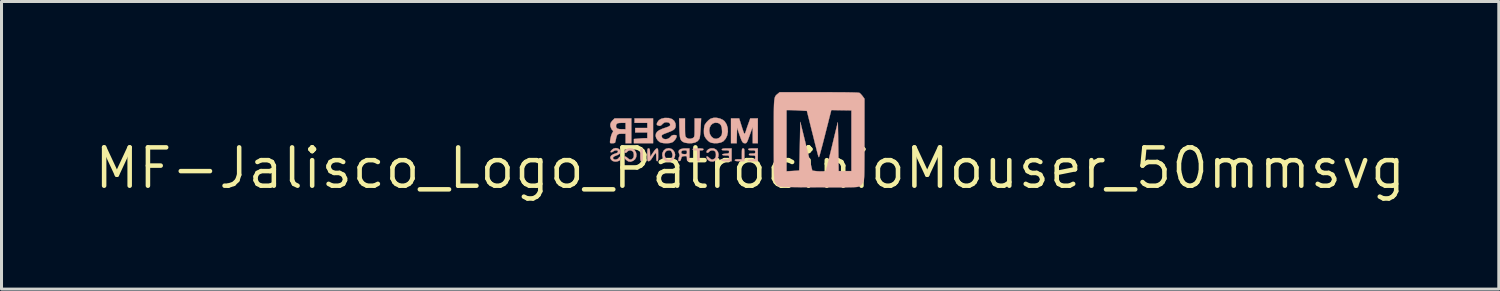
<source format=kicad_pcb>
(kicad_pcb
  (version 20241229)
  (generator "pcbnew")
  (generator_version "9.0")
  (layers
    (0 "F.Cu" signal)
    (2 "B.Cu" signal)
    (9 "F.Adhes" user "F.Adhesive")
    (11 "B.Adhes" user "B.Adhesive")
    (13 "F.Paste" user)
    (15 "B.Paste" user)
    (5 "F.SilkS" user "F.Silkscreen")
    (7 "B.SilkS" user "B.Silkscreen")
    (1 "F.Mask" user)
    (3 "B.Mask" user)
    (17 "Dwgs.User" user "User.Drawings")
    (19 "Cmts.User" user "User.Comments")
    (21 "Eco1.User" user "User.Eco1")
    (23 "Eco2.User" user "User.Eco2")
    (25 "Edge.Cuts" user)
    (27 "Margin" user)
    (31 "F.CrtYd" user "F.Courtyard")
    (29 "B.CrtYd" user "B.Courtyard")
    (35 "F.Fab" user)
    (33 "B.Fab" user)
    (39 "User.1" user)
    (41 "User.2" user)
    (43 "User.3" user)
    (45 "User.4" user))
  (footprint "MF-Jalisco_Logo_PatrocinioMouser_50mmsvg"
    (layer "F.Cu")
    (at 21.809 2.524)
    (property "Reference" "MF-Jalisco_Logo_PatrocinioMouser_50mmsvg" (at 0 0 0) (layer "F.SilkS") (effects (font (size 1.27 1.27) (thickness 0.15))))
    (attr through_hole)
    (fp_poly (pts (xy -3.217 -0.826) (xy -3.852 -0.826) (xy -3.852 -0.968) (xy -3.709 -0.981) (xy -3.622 -0.988) (xy -3.538 -0.993) (xy -3.487 -0.995) (xy -3.408 -0.995) (xy -3.408 -1.185) (xy -3.81 -1.185) (xy -3.81 -1.333) (xy -3.408 -1.333) (xy -3.408 -1.503) (xy -3.831 -1.503) (xy -3.831 -1.651) (xy -3.217 -1.651) (xy -3.217 -0.826)) (stroke (width 0.01) (type solid)) (fill yes) (layer "B.SilkS"))
    (fp_poly (pts (xy -0.214 -0.653) (xy -0.201 -0.639) (xy -0.194 -0.607) (xy -0.191 -0.548) (xy -0.191 -0.456) (xy -0.191 -0.445) (xy -0.191 -0.233) (xy -0.349 -0.233) (xy -0.433 -0.234) (xy -0.482 -0.241) (xy -0.504 -0.252) (xy -0.508 -0.265) (xy -0.498 -0.284) (xy -0.461 -0.294) (xy -0.392 -0.296) (xy -0.275 -0.296) (xy -0.275 -0.476) (xy -0.274 -0.564) (xy -0.271 -0.617) (xy -0.262 -0.645) (xy -0.247 -0.655) (xy -0.233 -0.656) (xy -0.214 -0.653)) (stroke (width 0.01) (type solid)) (fill yes) (layer "B.SilkS"))
    (fp_poly (pts (xy -3.579 -0.653) (xy -3.567 -0.639) (xy -3.56 -0.607) (xy -3.557 -0.548) (xy -3.556 -0.456) (xy -3.556 -0.445) (xy -3.557 -0.348) (xy -3.559 -0.286) (xy -3.566 -0.252) (xy -3.578 -0.236) (xy -3.596 -0.233) (xy -3.598 -0.233) (xy -3.618 -0.236) (xy -3.63 -0.25) (xy -3.637 -0.282) (xy -3.64 -0.341) (xy -3.641 -0.433) (xy -3.641 -0.445) (xy -3.64 -0.541) (xy -3.637 -0.603) (xy -3.631 -0.637) (xy -3.619 -0.653) (xy -3.601 -0.656) (xy -3.598 -0.656) (xy -3.579 -0.653)) (stroke (width 0.01) (type solid)) (fill yes) (layer "B.SilkS"))
    (fp_poly (pts (xy -1.635 -0.655) (xy -1.58 -0.65) (xy -1.553 -0.64) (xy -1.545 -0.624) (xy -1.564 -0.599) (xy -1.609 -0.593) (xy -1.672 -0.593) (xy -1.672 -0.413) (xy -1.673 -0.325) (xy -1.677 -0.272) (xy -1.685 -0.244) (xy -1.7 -0.234) (xy -1.714 -0.233) (xy -1.735 -0.236) (xy -1.748 -0.252) (xy -1.754 -0.288) (xy -1.757 -0.353) (xy -1.757 -0.413) (xy -1.757 -0.593) (xy -1.831 -0.593) (xy -1.886 -0.6) (xy -1.905 -0.622) (xy -1.905 -0.624) (xy -1.897 -0.64) (xy -1.869 -0.65) (xy -1.814 -0.655) (xy -1.725 -0.656) (xy -1.635 -0.655)) (stroke (width 0.01) (type solid)) (fill yes) (layer "B.SilkS"))
    (fp_poly (pts (xy -3.892 -0.644) (xy -3.827 -0.597) (xy -3.785 -0.53) (xy -3.767 -0.452) (xy -3.776 -0.371) (xy -3.813 -0.298) (xy -3.873 -0.247) (xy -3.958 -0.215) (xy -4.036 -0.224) (xy -4.108 -0.274) (xy -4.147 -0.317) (xy -4.168 -0.351) (xy -4.17 -0.357) (xy -4.158 -0.388) (xy -4.125 -0.386) (xy -4.08 -0.354) (xy -4.064 -0.339) (xy -4.002 -0.292) (xy -3.942 -0.287) (xy -3.888 -0.324) (xy -3.879 -0.334) (xy -3.857 -0.389) (xy -3.854 -0.459) (xy -3.869 -0.524) (xy -3.891 -0.558) (xy -3.948 -0.587) (xy -4.009 -0.589) (xy -4.059 -0.563) (xy -4.069 -0.55) (xy -4.101 -0.519) (xy -4.138 -0.509) (xy -4.165 -0.52) (xy -4.17 -0.536) (xy -4.151 -0.583) (xy -4.102 -0.625) (xy -4.034 -0.654) (xy -3.976 -0.662) (xy -3.892 -0.644)) (stroke (width 0.01) (type solid)) (fill yes) (layer "B.SilkS"))
    (fp_poly (pts (xy -2.608 -0.641) (xy -2.552 -0.599) (xy -2.502 -0.525) (xy -2.486 -0.445) (xy -2.5 -0.367) (xy -2.538 -0.297) (xy -2.597 -0.245) (xy -2.67 -0.218) (xy -2.754 -0.222) (xy -2.783 -0.232) (xy -2.854 -0.281) (xy -2.898 -0.351) (xy -2.914 -0.433) (xy -2.908 -0.478) (xy -2.833 -0.478) (xy -2.832 -0.414) (xy -2.809 -0.353) (xy -2.763 -0.304) (xy -2.695 -0.277) (xy -2.688 -0.277) (xy -2.664 -0.286) (xy -2.632 -0.306) (xy -2.585 -0.363) (xy -2.572 -0.439) (xy -2.591 -0.518) (xy -2.618 -0.568) (xy -2.651 -0.589) (xy -2.696 -0.593) (xy -2.765 -0.577) (xy -2.811 -0.535) (xy -2.833 -0.478) (xy -2.908 -0.478) (xy -2.903 -0.515) (xy -2.864 -0.588) (xy -2.798 -0.641) (xy -2.787 -0.645) (xy -2.694 -0.664) (xy -2.608 -0.641)) (stroke (width 0.01) (type solid)) (fill yes) (layer "B.SilkS"))
    (fp_poly (pts (xy -0.286 -1.402) (xy -0.255 -1.305) (xy -0.227 -1.223) (xy -0.205 -1.164) (xy -0.192 -1.137) (xy -0.192 -1.137) (xy -0.178 -1.145) (xy -0.159 -1.184) (xy -0.149 -1.211) (xy -0.129 -1.274) (xy -0.1 -1.361) (xy -0.067 -1.455) (xy -0.059 -1.476) (xy 0.004 -1.651) (xy 0.254 -1.651) (xy 0.254 -0.826) (xy 0.085 -0.826) (xy 0.082 -1.365) (xy -0.015 -1.095) (xy -0.054 -0.987) (xy -0.083 -0.912) (xy -0.105 -0.865) (xy -0.124 -0.839) (xy -0.144 -0.828) (xy -0.168 -0.826) (xy -0.172 -0.826) (xy -0.207 -0.83) (xy -0.237 -0.847) (xy -0.265 -0.883) (xy -0.294 -0.943) (xy -0.328 -1.033) (xy -0.363 -1.132) (xy -0.434 -1.344) (xy -0.44 -1.085) (xy -0.446 -0.826) (xy -0.635 -0.826) (xy -0.635 -1.651) (xy -0.364 -1.651) (xy -0.286 -1.402)) (stroke (width 0.01) (type solid)) (fill yes) (layer "B.SilkS"))
    (fp_poly (pts (xy -1.192 -0.651) (xy -1.116 -0.607) (xy -1.068 -0.542) (xy -1.047 -0.465) (xy -1.053 -0.386) (xy -1.084 -0.312) (xy -1.141 -0.255) (xy -1.221 -0.223) (xy -1.23 -0.221) (xy -1.302 -0.224) (xy -1.356 -0.242) (xy -1.405 -0.284) (xy -1.434 -0.326) (xy -1.448 -0.374) (xy -1.435 -0.393) (xy -1.402 -0.383) (xy -1.355 -0.342) (xy -1.353 -0.34) (xy -1.293 -0.293) (xy -1.234 -0.287) (xy -1.173 -0.323) (xy -1.165 -0.331) (xy -1.142 -0.375) (xy -1.134 -0.441) (xy -1.141 -0.508) (xy -1.162 -0.558) (xy -1.162 -0.558) (xy -1.21 -0.587) (xy -1.273 -0.592) (xy -1.332 -0.572) (xy -1.359 -0.547) (xy -1.394 -0.515) (xy -1.427 -0.511) (xy -1.447 -0.531) (xy -1.44 -0.571) (xy -1.439 -0.573) (xy -1.387 -0.627) (xy -1.312 -0.657) (xy -1.227 -0.659) (xy -1.192 -0.651)) (stroke (width 0.01) (type solid)) (fill yes) (layer "B.SilkS"))
    (fp_poly (pts (xy 0.254 -0.233) (xy 0.083 -0.233) (xy -0.006 -0.235) (xy -0.058 -0.241) (xy -0.079 -0.252) (xy -0.079 -0.259) (xy -0.054 -0.276) (xy 0.006 -0.288) (xy 0.049 -0.292) (xy 0.117 -0.297) (xy 0.153 -0.306) (xy 0.167 -0.325) (xy 0.169 -0.359) (xy 0.169 -0.361) (xy 0.167 -0.398) (xy 0.152 -0.416) (xy 0.115 -0.423) (xy 0.064 -0.423) (xy -0.003 -0.427) (xy -0.036 -0.439) (xy -0.042 -0.455) (xy -0.031 -0.475) (xy 0.008 -0.485) (xy 0.064 -0.487) (xy 0.126 -0.489) (xy 0.158 -0.497) (xy 0.168 -0.519) (xy 0.169 -0.54) (xy 0.166 -0.57) (xy 0.15 -0.586) (xy 0.111 -0.592) (xy 0.053 -0.593) (xy -0.017 -0.596) (xy -0.053 -0.606) (xy -0.064 -0.624) (xy -0.055 -0.641) (xy -0.025 -0.651) (xy 0.034 -0.655) (xy 0.095 -0.656) (xy 0.254 -0.656) (xy 0.254 -0.233)) (stroke (width 0.01) (type solid)) (fill yes) (layer "B.SilkS"))
    (fp_poly (pts (xy -2.159 -1.355) (xy -2.158 -1.235) (xy -2.156 -1.151) (xy -2.152 -1.094) (xy -2.143 -1.057) (xy -2.13 -1.032) (xy -2.117 -1.016) (xy -2.056 -0.982) (xy -1.98 -0.975) (xy -1.906 -0.996) (xy -1.889 -1.007) (xy -1.87 -1.022) (xy -1.857 -1.041) (xy -1.849 -1.073) (xy -1.844 -1.123) (xy -1.842 -1.2) (xy -1.842 -1.31) (xy -1.841 -1.345) (xy -1.841 -1.651) (xy -1.625 -1.651) (xy -1.64 -1.339) (xy -1.647 -1.224) (xy -1.656 -1.121) (xy -1.666 -1.038) (xy -1.676 -0.985) (xy -1.68 -0.974) (xy -1.738 -0.899) (xy -1.827 -0.849) (xy -1.946 -0.827) (xy -1.988 -0.826) (xy -2.071 -0.831) (xy -2.148 -0.843) (xy -2.192 -0.855) (xy -2.243 -0.882) (xy -2.281 -0.916) (xy -2.308 -0.963) (xy -2.326 -1.03) (xy -2.337 -1.123) (xy -2.344 -1.249) (xy -2.346 -1.328) (xy -2.353 -1.651) (xy -2.159 -1.651) (xy -2.159 -1.355)) (stroke (width 0.01) (type solid)) (fill yes) (layer "B.SilkS"))
    (fp_poly (pts (xy -0.614 -0.233) (xy -0.783 -0.233) (xy -0.87 -0.234) (xy -0.922 -0.24) (xy -0.947 -0.251) (xy -0.953 -0.265) (xy -0.943 -0.283) (xy -0.908 -0.293) (xy -0.841 -0.296) (xy -0.826 -0.296) (xy -0.755 -0.297) (xy -0.717 -0.303) (xy -0.702 -0.319) (xy -0.699 -0.35) (xy -0.699 -0.36) (xy -0.7 -0.396) (xy -0.713 -0.415) (xy -0.747 -0.422) (xy -0.812 -0.423) (xy -0.817 -0.423) (xy -0.891 -0.429) (xy -0.926 -0.442) (xy -0.922 -0.459) (xy -0.88 -0.474) (xy -0.808 -0.483) (xy -0.744 -0.488) (xy -0.711 -0.499) (xy -0.7 -0.521) (xy -0.699 -0.541) (xy -0.701 -0.57) (xy -0.717 -0.585) (xy -0.754 -0.591) (xy -0.824 -0.593) (xy -0.825 -0.593) (xy -0.895 -0.594) (xy -0.932 -0.601) (xy -0.941 -0.615) (xy -0.939 -0.624) (xy -0.921 -0.642) (xy -0.88 -0.652) (xy -0.807 -0.656) (xy -0.77 -0.656) (xy -0.614 -0.656) (xy -0.614 -0.233)) (stroke (width 0.01) (type solid)) (fill yes) (layer "B.SilkS"))
    (fp_poly (pts (xy -3.07 -0.653) (xy -3.058 -0.637) (xy -3.051 -0.602) (xy -3.049 -0.539) (xy -3.048 -0.445) (xy -3.049 -0.346) (xy -3.053 -0.282) (xy -3.061 -0.247) (xy -3.073 -0.234) (xy -3.08 -0.233) (xy -3.098 -0.242) (xy -3.107 -0.275) (xy -3.111 -0.339) (xy -3.111 -0.37) (xy -3.114 -0.44) (xy -3.12 -0.49) (xy -3.128 -0.508) (xy -3.146 -0.491) (xy -3.179 -0.447) (xy -3.22 -0.384) (xy -3.229 -0.37) (xy -3.279 -0.294) (xy -3.318 -0.251) (xy -3.351 -0.234) (xy -3.36 -0.233) (xy -3.382 -0.235) (xy -3.396 -0.246) (xy -3.403 -0.274) (xy -3.407 -0.326) (xy -3.408 -0.41) (xy -3.408 -0.445) (xy -3.407 -0.541) (xy -3.404 -0.603) (xy -3.398 -0.637) (xy -3.386 -0.653) (xy -3.368 -0.656) (xy -3.366 -0.656) (xy -3.344 -0.651) (xy -3.331 -0.63) (xy -3.323 -0.584) (xy -3.319 -0.514) (xy -3.313 -0.372) (xy -3.22 -0.514) (xy -3.161 -0.597) (xy -3.114 -0.645) (xy -3.088 -0.656) (xy -3.07 -0.653)) (stroke (width 0.01) (type solid)) (fill yes) (layer "B.SilkS"))
    (fp_poly (pts (xy -4.385 -0.656) (xy -4.33 -0.621) (xy -4.304 -0.577) (xy -4.301 -0.519) (xy -4.329 -0.474) (xy -4.392 -0.437) (xy -4.436 -0.42) (xy -4.509 -0.389) (xy -4.543 -0.355) (xy -4.547 -0.344) (xy -4.536 -0.308) (xy -4.5 -0.289) (xy -4.45 -0.287) (xy -4.4 -0.301) (xy -4.362 -0.332) (xy -4.353 -0.348) (xy -4.328 -0.376) (xy -4.296 -0.377) (xy -4.277 -0.352) (xy -4.276 -0.342) (xy -4.294 -0.288) (xy -4.343 -0.247) (xy -4.409 -0.223) (xy -4.483 -0.219) (xy -4.552 -0.238) (xy -4.577 -0.254) (xy -4.626 -0.31) (xy -4.635 -0.366) (xy -4.605 -0.418) (xy -4.539 -0.462) (xy -4.471 -0.486) (xy -4.411 -0.507) (xy -4.384 -0.534) (xy -4.381 -0.551) (xy -4.392 -0.582) (xy -4.432 -0.592) (xy -4.442 -0.593) (xy -4.496 -0.582) (xy -4.53 -0.561) (xy -4.572 -0.534) (xy -4.598 -0.529) (xy -4.627 -0.533) (xy -4.625 -0.551) (xy -4.609 -0.577) (xy -4.566 -0.622) (xy -4.522 -0.652) (xy -4.453 -0.668) (xy -4.385 -0.656)) (stroke (width 0.01) (type solid)) (fill yes) (layer "B.SilkS"))
    (fp_poly (pts (xy -3.937 -0.826) (xy -4.128 -0.826) (xy -4.128 -1.143) (xy -4.252 -1.143) (xy -4.333 -1.139) (xy -4.384 -1.122) (xy -4.416 -1.084) (xy -4.437 -1.015) (xy -4.445 -0.975) (xy -4.459 -0.909) (xy -4.472 -0.86) (xy -4.478 -0.845) (xy -4.505 -0.833) (xy -4.554 -0.826) (xy -4.605 -0.827) (xy -4.638 -0.835) (xy -4.639 -0.836) (xy -4.645 -0.866) (xy -4.64 -0.924) (xy -4.627 -0.997) (xy -4.608 -1.071) (xy -4.586 -1.136) (xy -4.567 -1.174) (xy -4.54 -1.221) (xy -4.545 -1.243) (xy -4.548 -1.244) (xy -4.58 -1.273) (xy -4.61 -1.329) (xy -4.63 -1.394) (xy -4.445 -1.394) (xy -4.445 -1.394) (xy -4.434 -1.344) (xy -4.399 -1.312) (xy -4.333 -1.296) (xy -4.249 -1.292) (xy -4.128 -1.291) (xy -4.128 -1.503) (xy -4.261 -1.503) (xy -4.352 -1.498) (xy -4.408 -1.481) (xy -4.437 -1.448) (xy -4.445 -1.394) (xy -4.63 -1.394) (xy -4.631 -1.396) (xy -4.636 -1.44) (xy -4.621 -1.503) (xy -4.575 -1.568) (xy -4.564 -1.579) (xy -4.492 -1.651) (xy -3.937 -1.651) (xy -3.937 -0.826)) (stroke (width 0.01) (type solid)) (fill yes) (layer "B.SilkS"))
    (fp_poly (pts (xy -2.011 -0.445) (xy -2.011 -0.348) (xy -2.014 -0.286) (xy -2.021 -0.252) (xy -2.032 -0.236) (xy -2.051 -0.233) (xy -2.053 -0.233) (xy -2.081 -0.24) (xy -2.093 -0.269) (xy -2.095 -0.318) (xy -2.098 -0.372) (xy -2.111 -0.396) (xy -2.146 -0.402) (xy -2.164 -0.402) (xy -2.233 -0.395) (xy -2.271 -0.369) (xy -2.288 -0.316) (xy -2.289 -0.307) (xy -2.306 -0.256) (xy -2.341 -0.237) (xy -2.37 -0.238) (xy -2.379 -0.261) (xy -2.375 -0.301) (xy -2.363 -0.357) (xy -2.346 -0.395) (xy -2.345 -0.396) (xy -2.338 -0.437) (xy -2.348 -0.463) (xy -2.373 -0.537) (xy -2.369 -0.551) (xy -2.283 -0.551) (xy -2.279 -0.499) (xy -2.278 -0.497) (xy -2.247 -0.473) (xy -2.181 -0.466) (xy -2.126 -0.468) (xy -2.102 -0.481) (xy -2.096 -0.515) (xy -2.095 -0.529) (xy -2.099 -0.57) (xy -2.117 -0.588) (xy -2.161 -0.593) (xy -2.181 -0.593) (xy -2.25 -0.582) (xy -2.283 -0.551) (xy -2.369 -0.551) (xy -2.359 -0.594) (xy -2.308 -0.632) (xy -2.219 -0.653) (xy -2.152 -0.656) (xy -2.011 -0.656) (xy -2.011 -0.445)) (stroke (width 0.01) (type solid)) (fill yes) (layer "B.SilkS"))
    (fp_poly (pts (xy -0.999 -1.646) (xy -0.902 -1.601) (xy -0.844 -1.553) (xy -0.779 -1.45) (xy -0.744 -1.331) (xy -0.738 -1.207) (xy -0.761 -1.085) (xy -0.812 -0.977) (xy -0.889 -0.892) (xy -0.894 -0.888) (xy -0.971 -0.851) (xy -1.072 -0.831) (xy -1.18 -0.827) (xy -1.279 -0.841) (xy -1.333 -0.861) (xy -1.39 -0.902) (xy -1.448 -0.962) (xy -1.47 -0.991) (xy -1.504 -1.045) (xy -1.523 -1.094) (xy -1.531 -1.154) (xy -1.533 -1.234) (xy -1.532 -1.251) (xy -1.355 -1.251) (xy -1.338 -1.148) (xy -1.325 -1.113) (xy -1.273 -1.034) (xy -1.204 -0.986) (xy -1.124 -0.973) (xy -1.044 -0.997) (xy -0.993 -1.036) (xy -0.958 -1.076) (xy -0.939 -1.117) (xy -0.932 -1.174) (xy -0.931 -1.227) (xy -0.94 -1.343) (xy -0.969 -1.426) (xy -1.019 -1.478) (xy -1.072 -1.501) (xy -1.163 -1.508) (xy -1.242 -1.48) (xy -1.302 -1.424) (xy -1.341 -1.345) (xy -1.355 -1.251) (xy -1.532 -1.251) (xy -1.529 -1.319) (xy -1.518 -1.393) (xy -1.504 -1.439) (xy -1.45 -1.518) (xy -1.378 -1.592) (xy -1.308 -1.642) (xy -1.216 -1.669) (xy -1.108 -1.67) (xy -0.999 -1.646)) (stroke (width 0.01) (type solid)) (fill yes) (layer "B.SilkS"))
    (fp_poly (pts (xy -2.693 -1.663) (xy -2.592 -1.63) (xy -2.518 -1.571) (xy -2.476 -1.487) (xy -2.467 -1.415) (xy -2.474 -1.355) (xy -2.499 -1.306) (xy -2.549 -1.264) (xy -2.628 -1.223) (xy -2.743 -1.178) (xy -2.743 -1.178) (xy -2.832 -1.145) (xy -2.888 -1.12) (xy -2.918 -1.099) (xy -2.93 -1.077) (xy -2.932 -1.058) (xy -2.914 -1.005) (xy -2.87 -0.973) (xy -2.809 -0.961) (xy -2.742 -0.97) (xy -2.679 -1.002) (xy -2.641 -1.039) (xy -2.598 -1.083) (xy -2.545 -1.099) (xy -2.515 -1.101) (xy -2.46 -1.096) (xy -2.437 -1.079) (xy -2.434 -1.064) (xy -2.45 -1.005) (xy -2.491 -0.939) (xy -2.545 -0.882) (xy -2.58 -0.858) (xy -2.656 -0.835) (xy -2.753 -0.825) (xy -2.856 -0.829) (xy -2.947 -0.845) (xy -2.999 -0.867) (xy -3.064 -0.924) (xy -3.112 -0.998) (xy -3.133 -1.072) (xy -3.133 -1.077) (xy -3.121 -1.149) (xy -3.083 -1.208) (xy -3.015 -1.26) (xy -2.911 -1.307) (xy -2.808 -1.342) (xy -2.717 -1.374) (xy -2.665 -1.403) (xy -2.65 -1.425) (xy -2.657 -1.477) (xy -2.7 -1.512) (xy -2.772 -1.524) (xy -2.837 -1.515) (xy -2.889 -1.479) (xy -2.909 -1.459) (xy -2.954 -1.416) (xy -2.993 -1.403) (xy -3.023 -1.407) (xy -3.079 -1.426) (xy -3.097 -1.454) (xy -3.085 -1.5) (xy -3.077 -1.518) (xy -3.025 -1.591) (xy -2.949 -1.638) (xy -2.843 -1.664) (xy -2.818 -1.666) (xy -2.693 -1.663)) (stroke (width 0.01) (type solid)) (fill yes) (layer "B.SilkS"))
    (fp_poly (pts (xy 2.594 -2.518) (xy 2.867 -2.517) (xy 3.097 -2.516) (xy 3.286 -2.513) (xy 3.433 -2.51) (xy 3.538 -2.506) (xy 3.601 -2.501) (xy 3.622 -2.497) (xy 3.658 -2.467) (xy 3.704 -2.416) (xy 3.726 -2.388) (xy 3.789 -2.301) (xy 3.788 -0.965) (xy 3.788 -0.693) (xy 3.788 -0.461) (xy 3.787 -0.264) (xy 3.786 -0.099) (xy 3.785 0.036) (xy 3.783 0.145) (xy 3.781 0.232) (xy 3.777 0.299) (xy 3.773 0.35) (xy 3.769 0.389) (xy 3.763 0.417) (xy 3.756 0.44) (xy 3.749 0.457) (xy 3.701 0.531) (xy 3.638 0.588) (xy 3.635 0.589) (xy 3.619 0.599) (xy 3.602 0.607) (xy 3.58 0.614) (xy 3.55 0.62) (xy 3.509 0.624) (xy 3.454 0.627) (xy 3.38 0.63) (xy 3.284 0.632) (xy 3.164 0.633) (xy 3.015 0.633) (xy 2.834 0.633) (xy 2.618 0.633) (xy 2.363 0.632) (xy 2.347 0.632) (xy 2.121 0.631) (xy 1.905 0.63) (xy 1.704 0.629) (xy 1.521 0.627) (xy 1.361 0.625) (xy 1.228 0.622) (xy 1.125 0.62) (xy 1.058 0.617) (xy 1.034 0.616) (xy 0.947 0.595) (xy 0.886 0.556) (xy 0.839 0.488) (xy 0.823 0.455) (xy 0.815 0.436) (xy 0.808 0.412) (xy 0.802 0.382) (xy 0.798 0.341) (xy 0.794 0.286) (xy 0.791 0.215) (xy 0.788 0.123) (xy 0.787 0.007) (xy 0.785 -0.135) (xy 0.785 -0.307) (xy 0.784 -0.513) (xy 0.784 -0.755) (xy 0.784 -0.959) (xy 0.784 -1.236) (xy 0.784 -1.474) (xy 0.784 -1.676) (xy 0.785 -1.845) (xy 0.786 -1.926) (xy 1.206 -1.926) (xy 1.206 0.102) (xy 1.413 0.091) (xy 1.501 0.085) (xy 1.572 0.08) (xy 1.615 0.076) (xy 1.624 0.075) (xy 1.626 0.054) (xy 1.628 -0.005) (xy 1.631 -0.097) (xy 1.634 -0.218) (xy 1.638 -0.362) (xy 1.641 -0.526) (xy 1.645 -0.704) (xy 1.646 -0.732) (xy 1.662 -1.535) (xy 1.861 -0.727) (xy 2.06 0.08) (xy 2.155 0.093) (xy 2.245 0.102) (xy 2.336 0.105) (xy 2.417 0.104) (xy 2.478 0.097) (xy 2.508 0.085) (xy 2.508 0.085) (xy 2.516 0.06) (xy 2.532 -0.001) (xy 2.556 -0.095) (xy 2.586 -0.215) (xy 2.622 -0.358) (xy 2.661 -0.52) (xy 2.704 -0.694) (xy 2.711 -0.724) (xy 2.753 -0.9) (xy 2.792 -1.063) (xy 2.827 -1.208) (xy 2.857 -1.331) (xy 2.881 -1.428) (xy 2.897 -1.493) (xy 2.904 -1.522) (xy 2.905 -1.523) (xy 2.906 -1.505) (xy 2.908 -1.45) (xy 2.91 -1.361) (xy 2.912 -1.243) (xy 2.915 -1.1) (xy 2.917 -0.938) (xy 2.92 -0.761) (xy 2.921 -0.72) (xy 2.932 0.095) (xy 3.355 0.095) (xy 3.355 -1.916) (xy 3.023 -1.921) (xy 2.69 -1.927) (xy 2.669 -1.847) (xy 2.659 -1.808) (xy 2.64 -1.733) (xy 2.613 -1.628) (xy 2.581 -1.498) (xy 2.543 -1.35) (xy 2.502 -1.189) (xy 2.478 -1.093) (xy 2.436 -0.93) (xy 2.397 -0.778) (xy 2.361 -0.644) (xy 2.331 -0.533) (xy 2.308 -0.449) (xy 2.293 -0.398) (xy 2.288 -0.385) (xy 2.283 -0.375) (xy 2.279 -0.368) (xy 2.274 -0.366) (xy 2.269 -0.374) (xy 2.261 -0.394) (xy 2.249 -0.431) (xy 2.234 -0.488) (xy 2.213 -0.568) (xy 2.186 -0.675) (xy 2.151 -0.812) (xy 2.109 -0.983) (xy 2.057 -1.192) (xy 2.052 -1.209) (xy 1.88 -1.899) (xy 1.644 -1.912) (xy 1.536 -1.918) (xy 1.433 -1.923) (xy 1.348 -1.925) (xy 1.307 -1.926) (xy 1.206 -1.926) (xy 0.786 -1.926) (xy 0.787 -1.985) (xy 0.79 -2.098) (xy 0.795 -2.189) (xy 0.802 -2.26) (xy 0.81 -2.314) (xy 0.821 -2.355) (xy 0.835 -2.385) (xy 0.851 -2.409) (xy 0.87 -2.429) (xy 0.893 -2.449) (xy 0.911 -2.463) (xy 0.977 -2.519) (xy 2.278 -2.519) (xy 2.594 -2.518)) (stroke (width 0.01) (type solid)) (fill yes) (layer "B.SilkS")))
  (gr_rect
    (start -3 -3)
    (end 46.618 6.53)
    (stroke (width 0.1) (type default))
    (fill no)
    (layer "Edge.Cuts")))
</source>
